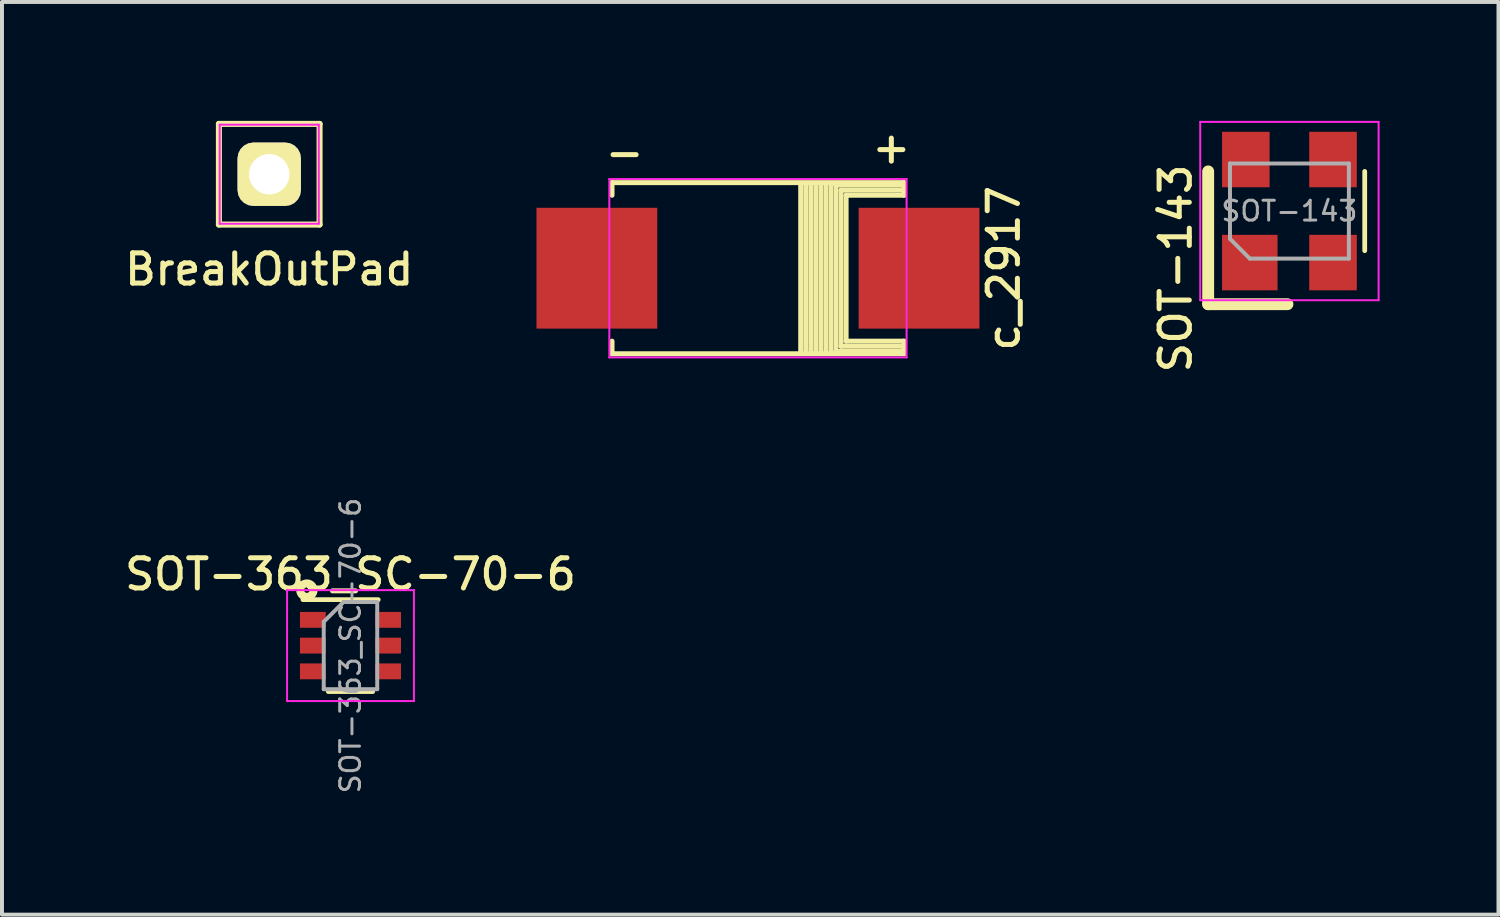
<source format=kicad_pcb>
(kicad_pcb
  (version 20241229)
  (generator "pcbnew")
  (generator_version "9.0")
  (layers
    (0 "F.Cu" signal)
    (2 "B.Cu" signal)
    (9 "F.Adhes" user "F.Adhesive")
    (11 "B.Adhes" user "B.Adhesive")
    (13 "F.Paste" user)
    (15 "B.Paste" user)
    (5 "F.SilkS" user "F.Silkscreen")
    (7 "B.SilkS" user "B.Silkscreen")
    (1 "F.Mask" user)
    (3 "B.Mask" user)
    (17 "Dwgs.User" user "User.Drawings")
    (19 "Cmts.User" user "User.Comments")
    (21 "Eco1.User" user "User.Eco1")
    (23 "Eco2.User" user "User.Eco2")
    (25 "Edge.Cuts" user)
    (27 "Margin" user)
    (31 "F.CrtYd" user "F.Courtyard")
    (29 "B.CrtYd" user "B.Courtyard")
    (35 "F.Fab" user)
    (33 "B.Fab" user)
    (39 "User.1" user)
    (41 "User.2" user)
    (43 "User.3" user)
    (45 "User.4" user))
  (footprint "SOT-363_SC-70-6"
    (layer "F.Cu")
    (at 5.793 13.239)
    (property "Reference" "SOT-363_SC-70-6" (at 0 -1.8 0) (layer "F.SilkS") (effects (font (size 0.762 0.762) (thickness 0.127))))
    (attr smd)
    (fp_line (start -0.56 1.16) (end 0.56 1.16) (stroke (width 0.12) (type solid)) (layer "F.SilkS"))
    (fp_line (start 0.7 -1.16) (end -1.2 -1.16) (stroke (width 0.12) (type solid)) (layer "F.SilkS"))
    (fp_circle (center -1.1 -1.4) (end -1.03 -1.4) (stroke (width 0.2) (type solid)) (fill no) (layer "F.SilkS"))
    (fp_line (start -1.6 -1.4) (end -1.6 1.4) (stroke (width 0.05) (type solid)) (layer "F.CrtYd"))
    (fp_line (start -1.6 -1.4) (end 1.6 -1.4) (stroke (width 0.05) (type solid)) (layer "F.CrtYd"))
    (fp_line (start -1.6 1.4) (end 1.6 1.4) (stroke (width 0.05) (type solid)) (layer "F.CrtYd"))
    (fp_line (start 1.6 1.4) (end 1.6 -1.4) (stroke (width 0.05) (type solid)) (layer "F.CrtYd"))
    (fp_line (start -0.675 -0.6) (end -0.675 1.1) (stroke (width 0.1) (type solid)) (layer "F.Fab"))
    (fp_line (start -0.175 -1.1) (end -0.675 -0.6) (stroke (width 0.1) (type solid)) (layer "F.Fab"))
    (fp_line (start 0.675 -1.1) (end -0.175 -1.1) (stroke (width 0.1) (type solid)) (layer "F.Fab"))
    (fp_line (start 0.675 -1.1) (end 0.675 1.1) (stroke (width 0.1) (type solid)) (layer "F.Fab"))
    (fp_line (start 0.675 1.1) (end -0.675 1.1) (stroke (width 0.1) (type solid)) (layer "F.Fab"))
    (fp_text user "${REFERENCE}" (at 0 0 90) (layer "F.Fab") (effects (font (size 0.5 0.5) (thickness 0.075))))
    (pad "1" smd rect (at -0.95 -0.65) (size 0.65 0.4) (layers "F.Cu" "F.Mask" "F.Paste"))
    (pad "2" smd rect (at -0.95 0) (size 0.65 0.4) (layers "F.Cu" "F.Mask" "F.Paste"))
    (pad "3" smd rect (at -0.95 0.65) (size 0.65 0.4) (layers "F.Cu" "F.Mask" "F.Paste"))
    (pad "4" smd rect (at 0.95 0.65) (size 0.65 0.4) (layers "F.Cu" "F.Mask" "F.Paste"))
    (pad "5" smd rect (at 0.95 0) (size 0.65 0.4) (layers "F.Cu" "F.Mask" "F.Paste"))
    (pad "6" smd rect (at 0.95 -0.65) (size 0.65 0.4) (layers "F.Cu" "F.Mask" "F.Paste")))
  (footprint "SOT-143"
    (layer "F.Cu")
    (at 29.483 2.275)
    (property "Reference" "SOT-143" (at -2.872 1.448 90) (layer "F.SilkS") (effects (font (size 0.762 0.762) (thickness 0.127))))
    (attr smd)
    (fp_line (start -2.05 -1) (end -2.05 2.35) (stroke (width 0.3) (type solid)) (layer "F.SilkS"))
    (fp_line (start -2.05 2.35) (end -0.05 2.35) (stroke (width 0.3) (type solid)) (layer "F.SilkS"))
    (fp_line (start 1.9 1) (end 1.9 -1) (stroke (width 0.12) (type solid)) (layer "F.SilkS"))
    (fp_line (start -2.25 -2.25) (end -2.25 2.25) (stroke (width 0.05) (type solid)) (layer "F.CrtYd"))
    (fp_line (start -2.25 -2.25) (end 2.25 -2.25) (stroke (width 0.05) (type solid)) (layer "F.CrtYd"))
    (fp_line (start 2.25 2.25) (end -2.25 2.25) (stroke (width 0.05) (type solid)) (layer "F.CrtYd"))
    (fp_line (start 2.25 2.25) (end 2.25 -2.25) (stroke (width 0.05) (type solid)) (layer "F.CrtYd"))
    (fp_line (start -1.5 -1.2) (end 1.5 -1.2) (stroke (width 0.1) (type solid)) (layer "F.Fab"))
    (fp_line (start -1.5 0.7) (end -1.5 -1.2) (stroke (width 0.1) (type solid)) (layer "F.Fab"))
    (fp_line (start -1 1.2) (end -1.5 0.7) (stroke (width 0.1) (type solid)) (layer "F.Fab"))
    (fp_line (start 1.5 -1.2) (end 1.5 1.2) (stroke (width 0.1) (type solid)) (layer "F.Fab"))
    (fp_line (start 1.5 1.2) (end -1 1.2) (stroke (width 0.1) (type solid)) (layer "F.Fab"))
    (fp_text user "${REFERENCE}" (at 0 0 180) (layer "F.Fab") (effects (font (size 0.5 0.5) (thickness 0.075))))
    (pad "1" smd rect (at -1 1.3) (size 1.4 1.4) (layers "F.Cu" "F.Mask" "F.Paste"))
    (pad "2" smd rect (at 1.1 1.3) (size 1.2 1.4) (layers "F.Cu" "F.Mask" "F.Paste"))
    (pad "3" smd rect (at 1.1 -1.3) (size 1.2 1.4) (layers "F.Cu" "F.Mask" "F.Paste"))
    (pad "4" smd rect (at -1.1 -1.3) (size 1.2 1.4) (layers "F.Cu" "F.Mask" "F.Paste")))
  (footprint "c_2917"
    (layer "F.Cu")
    (at 16.074 3.717)
    (property "Reference" "c_2917" (at 6.2 0 90) (layer "F.SilkS") (effects (font (size 0.762 0.762) (thickness 0.127))))
    (attr smd)
    (fp_line (start -3.683 -2.159) (end 3.683 -2.159) (stroke (width 0.127) (type solid)) (layer "F.SilkS"))
    (fp_line (start -3.683 -1.841) (end -3.683 -2.159) (stroke (width 0.127) (type solid)) (layer "F.SilkS"))
    (fp_line (start -3.683 2.159) (end -3.683 1.841) (stroke (width 0.127) (type solid)) (layer "F.SilkS"))
    (fp_line (start 1.079 -2.095) (end 1.079 2.095) (stroke (width 0.127) (type solid)) (layer "F.SilkS"))
    (fp_line (start 1.206 -2.095) (end 1.206 2.095) (stroke (width 0.127) (type solid)) (layer "F.SilkS"))
    (fp_line (start 1.333 -2.095) (end 1.333 2.095) (stroke (width 0.127) (type solid)) (layer "F.SilkS"))
    (fp_line (start 1.46 2.095) (end 1.46 -2.095) (stroke (width 0.127) (type solid)) (layer "F.SilkS"))
    (fp_line (start 1.587 -2.095) (end 1.587 2.095) (stroke (width 0.127) (type solid)) (layer "F.SilkS"))
    (fp_line (start 1.714 2.095) (end 1.714 -2.095) (stroke (width 0.127) (type solid)) (layer "F.SilkS"))
    (fp_line (start 1.841 -2.095) (end 1.841 2.095) (stroke (width 0.127) (type solid)) (layer "F.SilkS"))
    (fp_line (start 1.968 -2.095) (end 1.968 2.095) (stroke (width 0.127) (type solid)) (layer "F.SilkS"))
    (fp_line (start 1.968 2.095) (end 3.619 2.095) (stroke (width 0.127) (type solid)) (layer "F.SilkS"))
    (fp_line (start 2.095 -1.968) (end 3.619 -1.968) (stroke (width 0.127) (type solid)) (layer "F.SilkS"))
    (fp_line (start 2.095 1.968) (end 2.095 -1.968) (stroke (width 0.127) (type solid)) (layer "F.SilkS"))
    (fp_line (start 2.223 -1.841) (end 2.223 1.841) (stroke (width 0.127) (type solid)) (layer "F.SilkS"))
    (fp_line (start 2.223 1.841) (end 3.683 1.841) (stroke (width 0.127) (type solid)) (layer "F.SilkS"))
    (fp_line (start 3.619 -2.095) (end 1.968 -2.095) (stroke (width 0.127) (type solid)) (layer "F.SilkS"))
    (fp_line (start 3.683 -2.159) (end 3.683 -1.841) (stroke (width 0.127) (type solid)) (layer "F.SilkS"))
    (fp_line (start 3.683 -1.841) (end 2.223 -1.841) (stroke (width 0.127) (type solid)) (layer "F.SilkS"))
    (fp_line (start 3.683 1.841) (end 3.683 2.159) (stroke (width 0.127) (type solid)) (layer "F.SilkS"))
    (fp_line (start 3.683 1.968) (end 2.095 1.968) (stroke (width 0.127) (type solid)) (layer "F.SilkS"))
    (fp_line (start 3.683 2.159) (end -3.683 2.159) (stroke (width 0.127) (type solid)) (layer "F.SilkS"))
    (fp_line (start -3.75 -2.25) (end 3.75 -2.25) (stroke (width 0.05) (type solid)) (layer "F.CrtYd"))
    (fp_line (start -3.75 2.25) (end -3.75 -2.25) (stroke (width 0.05) (type solid)) (layer "F.CrtYd"))
    (fp_line (start 3.75 -2.25) (end 3.75 2.25) (stroke (width 0.05) (type solid)) (layer "F.CrtYd"))
    (fp_line (start 3.75 2.25) (end -3.75 2.25) (stroke (width 0.05) (type solid)) (layer "F.CrtYd"))
    (fp_text user "-" (at -3.365 -2.921 0) (layer "F.SilkS") (effects (font (size 0.762 0.762) (thickness 0.127))))
    (fp_text user "+" (at 3.365 -3.048 0) (layer "F.SilkS") (effects (font (size 0.762 0.762) (thickness 0.127))))
    (pad "1" smd rect (at 4.064 0) (size 3.048 3.048) (layers "F.Cu" "F.Mask" "F.Paste"))
    (pad "2" smd rect (at -4.064 0) (size 3.048 3.048) (layers "F.Cu" "F.Mask" "F.Paste")))
  (footprint "BreakOutPad"
    (layer "F.Cu")
    (at 3.743 1.346)
    (property "Reference" "BreakOutPad" (at 0 2.4 0) (layer "F.SilkS") (effects (font (size 0.762 0.762) (thickness 0.127))))
    (attr through_hole)
    (fp_line (start -1.27 -1.27) (end 1.27 -1.27) (stroke (width 0.152) (type solid)) (layer "F.SilkS"))
    (fp_line (start -1.27 1.27) (end -1.27 -1.27) (stroke (width 0.152) (type solid)) (layer "F.SilkS"))
    (fp_line (start 1.27 -1.27) (end 1.27 1.27) (stroke (width 0.152) (type solid)) (layer "F.SilkS"))
    (fp_line (start 1.27 1.27) (end -1.27 1.27) (stroke (width 0.152) (type solid)) (layer "F.SilkS"))
    (fp_line (start -1.25 -1.25) (end 1.25 -1.25) (stroke (width 0.05) (type solid)) (layer "F.CrtYd"))
    (fp_line (start -1.25 1.25) (end -1.25 -1.25) (stroke (width 0.05) (type solid)) (layer "F.CrtYd"))
    (fp_line (start 1.25 -1.25) (end 1.25 1.25) (stroke (width 0.05) (type solid)) (layer "F.CrtYd"))
    (fp_line (start 1.25 1.25) (end -1.25 1.25) (stroke (width 0.05) (type solid)) (layer "F.CrtYd"))
    (pad "1" thru_hole roundrect (at 0 0) (size 1.6 1.6) (drill 1.02) (layers "*.Cu" "*.Mask" "F.SilkS") (roundrect_rratio 0.25)))
  (gr_rect
    (start -3 -3)
    (end 34.758 20.027)
    (stroke (width 0.1) (type default))
    (fill no)
    (layer "Edge.Cuts")))
</source>
